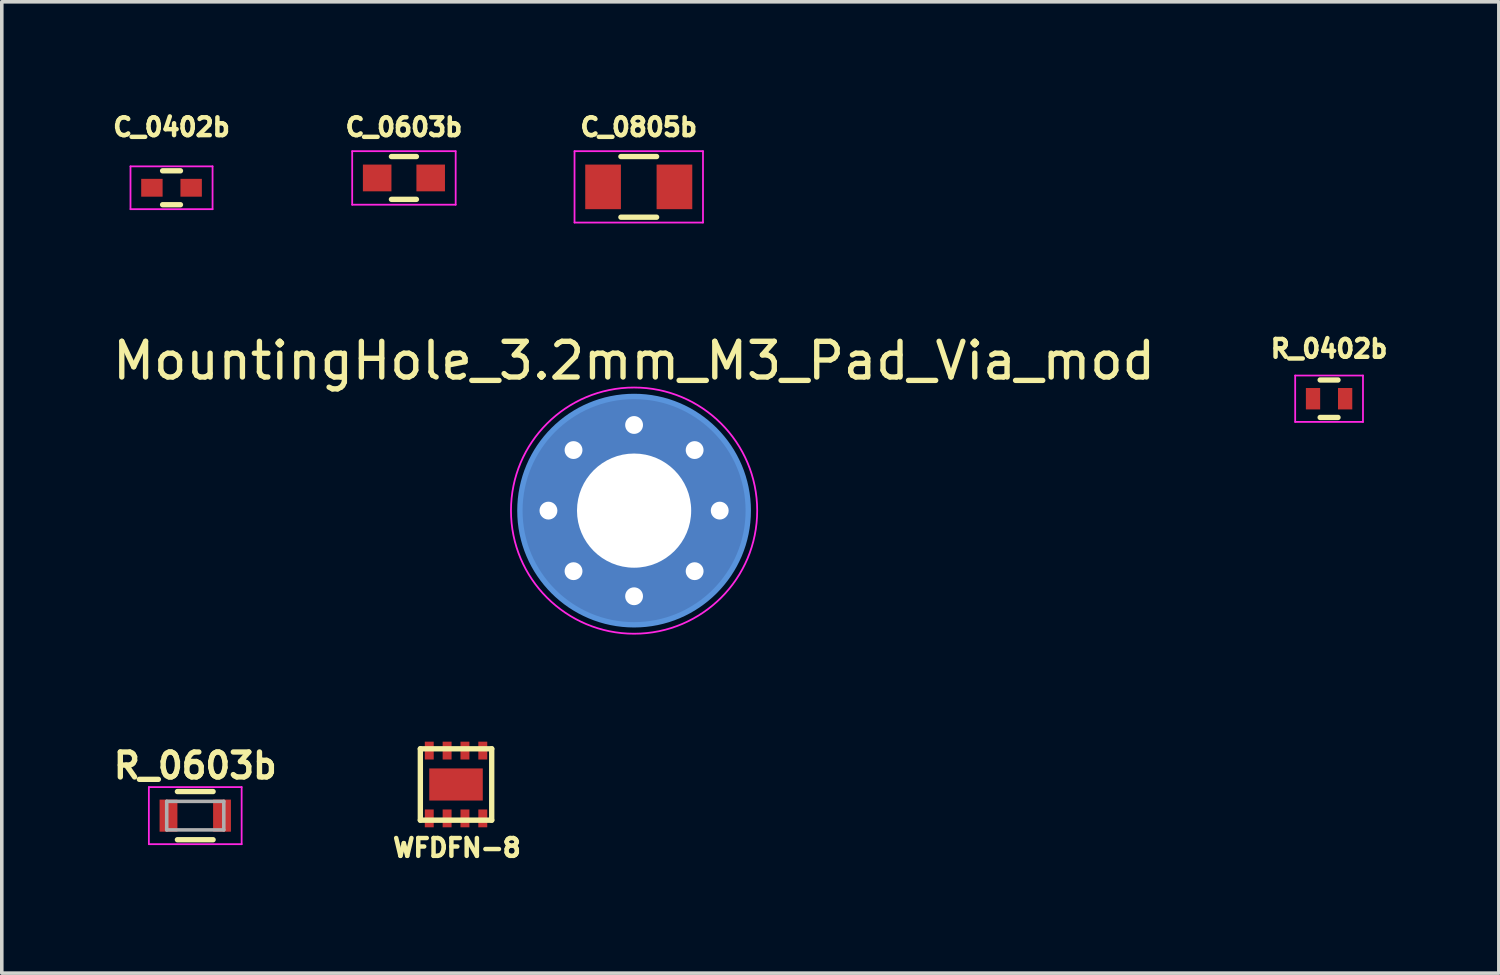
<source format=kicad_pcb>
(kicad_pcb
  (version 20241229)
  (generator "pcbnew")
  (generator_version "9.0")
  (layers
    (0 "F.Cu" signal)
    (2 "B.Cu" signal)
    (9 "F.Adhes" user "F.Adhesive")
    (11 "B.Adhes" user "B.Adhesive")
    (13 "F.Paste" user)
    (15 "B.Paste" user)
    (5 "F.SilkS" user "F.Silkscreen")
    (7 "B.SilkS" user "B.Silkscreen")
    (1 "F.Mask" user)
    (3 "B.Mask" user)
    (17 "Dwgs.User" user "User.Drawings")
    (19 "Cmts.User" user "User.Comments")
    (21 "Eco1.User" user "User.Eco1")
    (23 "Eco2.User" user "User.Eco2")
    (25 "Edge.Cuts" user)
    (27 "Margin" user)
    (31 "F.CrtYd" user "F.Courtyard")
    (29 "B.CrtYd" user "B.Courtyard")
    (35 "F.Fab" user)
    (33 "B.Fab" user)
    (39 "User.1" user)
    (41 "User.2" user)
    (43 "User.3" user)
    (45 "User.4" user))
  (footprint "R_0402b"
    (layer "F.Cu")
    (at 34.197 8.124)
    (property "Reference" "R_0402b" (at 0 -1.4 0) (layer "F.SilkS") (effects (font (size 0.5 0.5) (thickness 0.125))))
    (attr smd)
    (fp_line (start -0.25 0.525) (end 0.25 0.525) (stroke (width 0.15) (type solid)) (layer "F.SilkS"))
    (fp_line (start 0.25 -0.525) (end -0.25 -0.525) (stroke (width 0.15) (type solid)) (layer "F.SilkS"))
    (fp_line (start -0.95 -0.65) (end -0.95 0.65) (stroke (width 0.05) (type solid)) (layer "F.CrtYd"))
    (fp_line (start -0.95 -0.65) (end 0.95 -0.65) (stroke (width 0.05) (type solid)) (layer "F.CrtYd"))
    (fp_line (start -0.95 0.65) (end 0.95 0.65) (stroke (width 0.05) (type solid)) (layer "F.CrtYd"))
    (fp_line (start 0.95 -0.65) (end 0.95 0.65) (stroke (width 0.05) (type solid)) (layer "F.CrtYd"))
    (pad "1" smd rect (at -0.45 0) (size 0.4 0.6) (layers "F.Cu" "F.Mask" "F.Paste"))
    (pad "2" smd rect (at 0.45 0) (size 0.4 0.6) (layers "F.Cu" "F.Mask" "F.Paste")))
  (footprint "C_0805b"
    (layer "F.Cu")
    (at 14.851 2.187)
    (property "Reference" "C_0805b" (at 0 -1.675 0) (layer "F.SilkS") (effects (font (size 0.5 0.5) (thickness 0.125))))
    (attr smd)
    (fp_line (start -0.5 0.85) (end 0.5 0.85) (stroke (width 0.15) (type solid)) (layer "F.SilkS"))
    (fp_line (start 0.5 -0.85) (end -0.5 -0.85) (stroke (width 0.15) (type solid)) (layer "F.SilkS"))
    (fp_line (start -1.8 -1) (end -1.8 1) (stroke (width 0.05) (type solid)) (layer "F.CrtYd"))
    (fp_line (start -1.8 -1) (end 1.8 -1) (stroke (width 0.05) (type solid)) (layer "F.CrtYd"))
    (fp_line (start -1.8 1) (end 1.8 1) (stroke (width 0.05) (type solid)) (layer "F.CrtYd"))
    (fp_line (start 1.8 -1) (end 1.8 1) (stroke (width 0.05) (type solid)) (layer "F.CrtYd"))
    (pad "1" smd rect (at -1 0) (size 1 1.25) (layers "F.Cu" "F.Mask" "F.Paste"))
    (pad "2" smd rect (at 1 0) (size 1 1.25) (layers "F.Cu" "F.Mask" "F.Paste")))
  (footprint "R_0603b"
    (layer "F.Cu")
    (at 2.422 19.808)
    (property "Reference" "R_0603b" (at 0 -1.4 0) (layer "F.SilkS") (effects (font (size 0.7 0.7) (thickness 0.15))))
    (attr smd)
    (fp_line (start -0.5 -0.675) (end 0.5 -0.675) (stroke (width 0.15) (type solid)) (layer "F.SilkS"))
    (fp_line (start 0.5 0.675) (end -0.5 0.675) (stroke (width 0.15) (type solid)) (layer "F.SilkS"))
    (fp_line (start -1.3 -0.8) (end -1.3 0.8) (stroke (width 0.05) (type solid)) (layer "F.CrtYd"))
    (fp_line (start -1.3 -0.8) (end 1.3 -0.8) (stroke (width 0.05) (type solid)) (layer "F.CrtYd"))
    (fp_line (start -1.3 0.8) (end 1.3 0.8) (stroke (width 0.05) (type solid)) (layer "F.CrtYd"))
    (fp_line (start 1.3 -0.8) (end 1.3 0.8) (stroke (width 0.05) (type solid)) (layer "F.CrtYd"))
    (fp_line (start -0.8 -0.4) (end 0.8 -0.4) (stroke (width 0.1) (type solid)) (layer "F.Fab"))
    (fp_line (start -0.8 0.4) (end -0.8 -0.4) (stroke (width 0.1) (type solid)) (layer "F.Fab"))
    (fp_line (start 0.8 -0.4) (end 0.8 0.4) (stroke (width 0.1) (type solid)) (layer "F.Fab"))
    (fp_line (start 0.8 0.4) (end -0.8 0.4) (stroke (width 0.1) (type solid)) (layer "F.Fab"))
    (pad "1" smd rect (at -0.75 0) (size 0.5 0.9) (layers "F.Cu" "F.Mask" "F.Paste"))
    (pad "2" smd rect (at 0.75 0) (size 0.5 0.9) (layers "F.Cu" "F.Mask" "F.Paste")))
  (footprint "C_0603b"
    (layer "F.Cu")
    (at 8.27 1.937)
    (property "Reference" "C_0603b" (at 0 -1.425 0) (layer "F.SilkS") (effects (font (size 0.5 0.5) (thickness 0.125))))
    (attr smd)
    (fp_line (start -0.35 -0.6) (end 0.35 -0.6) (stroke (width 0.15) (type solid)) (layer "F.SilkS"))
    (fp_line (start 0.35 0.6) (end -0.35 0.6) (stroke (width 0.15) (type solid)) (layer "F.SilkS"))
    (fp_line (start -1.45 -0.75) (end -1.45 0.75) (stroke (width 0.05) (type solid)) (layer "F.CrtYd"))
    (fp_line (start -1.45 -0.75) (end 1.45 -0.75) (stroke (width 0.05) (type solid)) (layer "F.CrtYd"))
    (fp_line (start -1.45 0.75) (end 1.45 0.75) (stroke (width 0.05) (type solid)) (layer "F.CrtYd"))
    (fp_line (start 1.45 -0.75) (end 1.45 0.75) (stroke (width 0.05) (type solid)) (layer "F.CrtYd"))
    (pad "1" smd rect (at -0.75 0) (size 0.8 0.75) (layers "F.Cu" "F.Mask" "F.Paste"))
    (pad "2" smd rect (at 0.75 0) (size 0.8 0.75) (layers "F.Cu" "F.Mask" "F.Paste")))
  (footprint "C_0402b"
    (layer "F.Cu")
    (at 1.757 2.212)
    (property "Reference" "C_0402b" (at 0 -1.7 0) (layer "F.SilkS") (effects (font (size 0.5 0.5) (thickness 0.125))))
    (attr smd)
    (fp_line (start -0.25 0.475) (end 0.25 0.475) (stroke (width 0.15) (type solid)) (layer "F.SilkS"))
    (fp_line (start 0.25 -0.475) (end -0.25 -0.475) (stroke (width 0.15) (type solid)) (layer "F.SilkS"))
    (fp_line (start -1.15 -0.6) (end -1.15 0.6) (stroke (width 0.05) (type solid)) (layer "F.CrtYd"))
    (fp_line (start -1.15 -0.6) (end 1.15 -0.6) (stroke (width 0.05) (type solid)) (layer "F.CrtYd"))
    (fp_line (start -1.15 0.6) (end 1.15 0.6) (stroke (width 0.05) (type solid)) (layer "F.CrtYd"))
    (fp_line (start 1.15 -0.6) (end 1.15 0.6) (stroke (width 0.05) (type solid)) (layer "F.CrtYd"))
    (pad "1" smd rect (at -0.55 0) (size 0.6 0.5) (layers "F.Cu" "F.Mask" "F.Paste"))
    (pad "2" smd rect (at 0.55 0) (size 0.6 0.5) (layers "F.Cu" "F.Mask" "F.Paste")))
  (footprint "MountingHole_3.2mm_M3_Pad_Via_mod"
    (layer "F.Cu")
    (at 14.72 11.26)
    (property "Reference" "MountingHole_3.2mm_M3_Pad_Via_mod" (at 0 -4.2 0) (layer "F.SilkS") (effects (font (size 1 1) (thickness 0.15))))
    (attr through_hole)
    (fp_circle (center 0 0) (end 3.2 0) (stroke (width 0.15) (type solid)) (fill no) (layer "Cmts.User"))
    (fp_circle (center 0 0) (end 3.45 0) (stroke (width 0.05) (type solid)) (fill no) (layer "F.CrtYd"))
    (pad "1" thru_hole circle (at -2.4 0) (size 0.6 0.6) (drill 0.5) (layers "*.Cu" "*.Mask"))
    (pad "1" thru_hole circle (at -1.697 -1.697) (size 0.6 0.6) (drill 0.5) (layers "*.Cu" "*.Mask"))
    (pad "1" thru_hole circle (at -1.697 1.697) (size 0.6 0.6) (drill 0.5) (layers "*.Cu" "*.Mask"))
    (pad "1" thru_hole circle (at 0 -2.4) (size 0.6 0.6) (drill 0.5) (layers "*.Cu" "*.Mask"))
    (pad "1" thru_hole circle (at 0 0) (size 6.4 6.4) (drill 3.2) (layers "*.Cu" "*.Mask"))
    (pad "1" thru_hole circle (at 0 2.4) (size 0.6 0.6) (drill 0.5) (layers "*.Cu" "*.Mask"))
    (pad "1" thru_hole circle (at 1.697 -1.697) (size 0.6 0.6) (drill 0.5) (layers "*.Cu" "*.Mask"))
    (pad "1" thru_hole circle (at 1.697 1.697) (size 0.6 0.6) (drill 0.5) (layers "*.Cu" "*.Mask"))
    (pad "1" thru_hole circle (at 2.4 0) (size 0.6 0.6) (drill 0.5) (layers "*.Cu" "*.Mask")))
  (footprint "WFDFN-8"
    (layer "F.Cu")
    (at 9.73 18.935)
    (property "Reference" "WFDFN-8" (at 0.025 1.775 0) (layer "F.SilkS") (effects (font (size 0.5 0.5) (thickness 0.125))))
    (attr through_hole)
    (fp_line (start -1 -1) (end 1 -1) (stroke (width 0.15) (type solid)) (layer "F.SilkS"))
    (fp_line (start -1 1) (end -1 -1) (stroke (width 0.15) (type solid)) (layer "F.SilkS"))
    (fp_line (start 1 -1) (end 1 1) (stroke (width 0.15) (type solid)) (layer "F.SilkS"))
    (fp_line (start 1 1) (end -1 1) (stroke (width 0.15) (type solid)) (layer "F.SilkS"))
    (pad "1" smd rect (at -0.75 0.95) (size 0.25 0.5) (layers "F.Cu" "F.Mask" "F.Paste"))
    (pad "2" smd rect (at -0.25 0.95) (size 0.25 0.5) (layers "F.Cu" "F.Mask" "F.Paste"))
    (pad "3" smd rect (at 0.25 0.95) (size 0.25 0.5) (layers "F.Cu" "F.Mask" "F.Paste"))
    (pad "4" smd rect (at 0.75 0.95) (size 0.25 0.5) (layers "F.Cu" "F.Mask" "F.Paste"))
    (pad "5" smd rect (at 0.75 -0.95) (size 0.25 0.5) (layers "F.Cu" "F.Mask" "F.Paste"))
    (pad "6" smd rect (at 0.25 -0.95) (size 0.25 0.5) (layers "F.Cu" "F.Mask" "F.Paste"))
    (pad "7" smd rect (at -0.25 -0.95) (size 0.25 0.5) (layers "F.Cu" "F.Mask" "F.Paste"))
    (pad "8" smd rect (at -0.75 -0.95) (size 0.25 0.5) (layers "F.Cu" "F.Mask" "F.Paste"))
    (pad "9" smd rect (at 0 0) (size 1.5 0.9) (layers "F.Cu" "F.Mask" "F.Paste")))
  (gr_rect
    (start -3 -3)
    (end 38.954 24.222)
    (stroke (width 0.1) (type default))
    (fill no)
    (layer "Edge.Cuts")))
</source>
